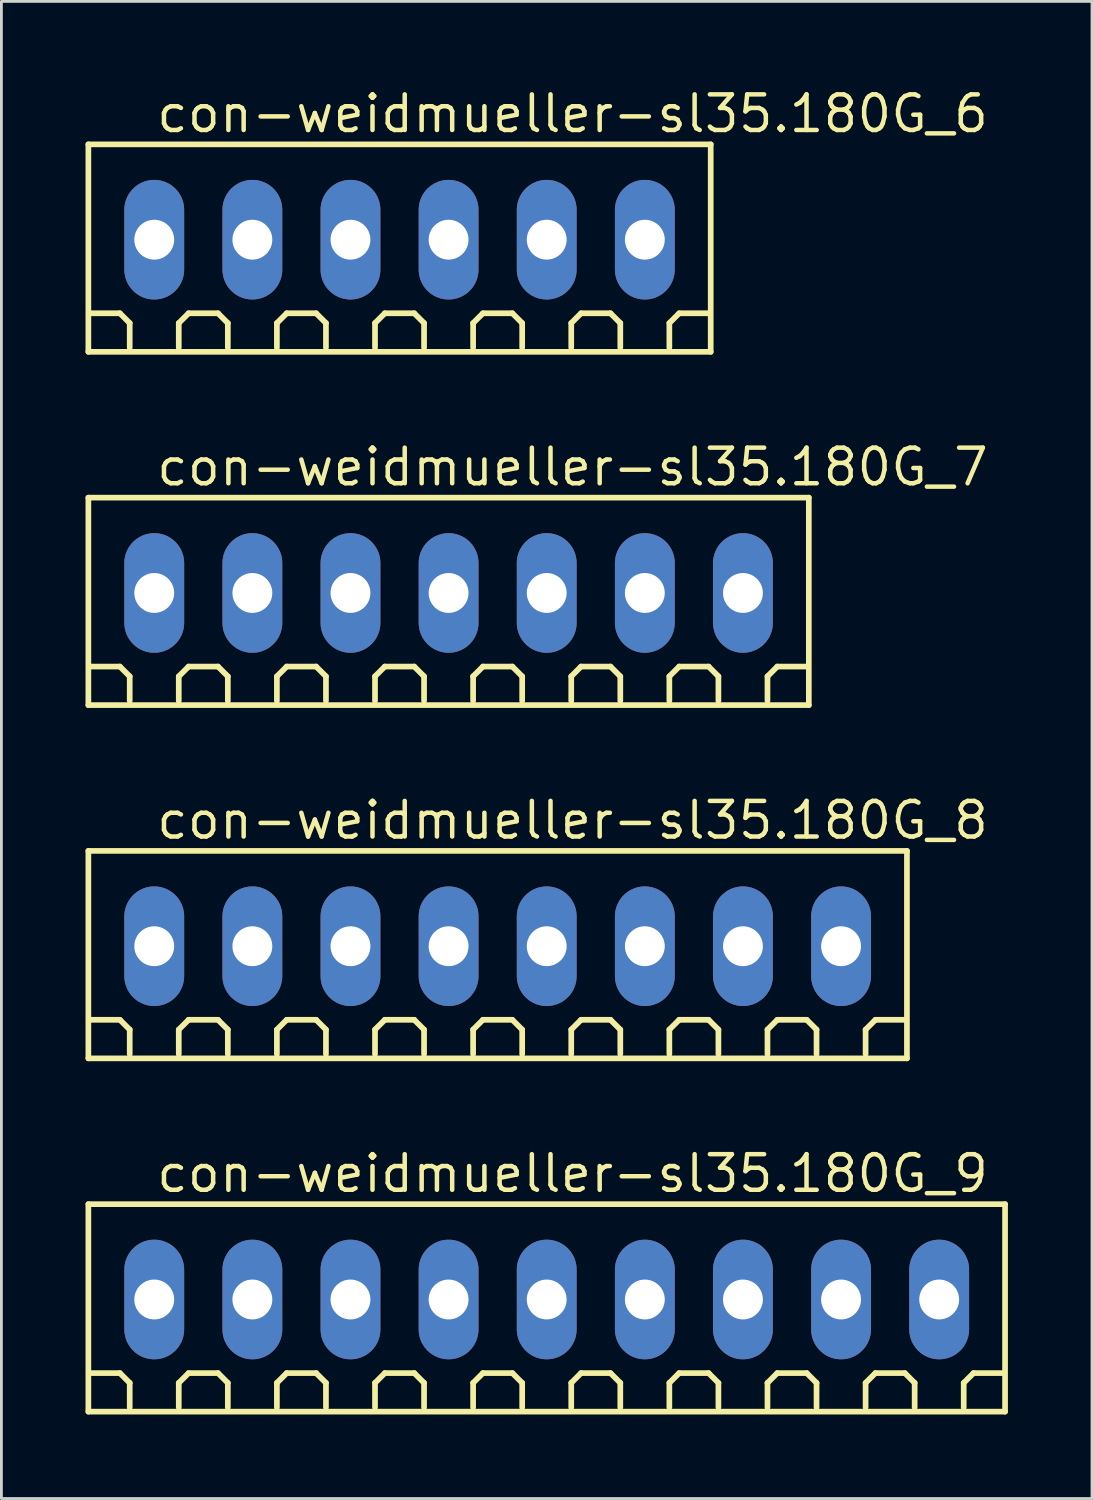
<source format=kicad_pcb>
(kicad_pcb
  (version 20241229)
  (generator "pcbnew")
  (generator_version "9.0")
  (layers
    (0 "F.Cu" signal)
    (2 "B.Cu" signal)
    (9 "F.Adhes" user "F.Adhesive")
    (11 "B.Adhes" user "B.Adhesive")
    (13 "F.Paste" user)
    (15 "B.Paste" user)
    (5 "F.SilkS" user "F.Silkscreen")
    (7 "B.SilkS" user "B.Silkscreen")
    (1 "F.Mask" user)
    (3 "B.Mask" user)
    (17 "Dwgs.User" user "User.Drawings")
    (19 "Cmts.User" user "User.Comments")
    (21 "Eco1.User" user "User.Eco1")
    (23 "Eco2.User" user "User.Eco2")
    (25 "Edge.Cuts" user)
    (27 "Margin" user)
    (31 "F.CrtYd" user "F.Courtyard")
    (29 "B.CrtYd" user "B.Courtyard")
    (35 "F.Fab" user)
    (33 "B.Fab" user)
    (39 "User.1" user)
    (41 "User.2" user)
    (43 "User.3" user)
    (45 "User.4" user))
  (footprint "con-weidmueller-sl35.180G_9"
    (layer "F.Cu")
    (at 16.452 43.305)
    (property "Reference" "con-weidmueller-sl35.180G_9" (at -14 -3.75 0) (layer "F.SilkS") (effects (font (size 1.27 1.27) (thickness 0.16)) (justify left bottom)))
    (attr through_hole)
    (fp_line (start -16.35 -3.4) (end 16.35 -3.4) (stroke (width 0.203) (type default)) (layer "F.SilkS"))
    (fp_line (start -16.35 4) (end -16.35 -3.4) (stroke (width 0.203) (type default)) (layer "F.SilkS"))
    (fp_line (start -15.225 2.625) (end -16.275 2.625) (stroke (width 0.203) (type default)) (layer "F.SilkS"))
    (fp_line (start -14.875 2.975) (end -15.225 2.625) (stroke (width 0.203) (type default)) (layer "F.SilkS"))
    (fp_line (start -14.875 3.85) (end -14.875 2.975) (stroke (width 0.203) (type default)) (layer "F.SilkS"))
    (fp_line (start -13.125 2.975) (end -12.775 2.625) (stroke (width 0.203) (type default)) (layer "F.SilkS"))
    (fp_line (start -13.125 3.85) (end -13.125 2.975) (stroke (width 0.203) (type default)) (layer "F.SilkS"))
    (fp_line (start -12.775 2.625) (end -11.725 2.625) (stroke (width 0.203) (type default)) (layer "F.SilkS"))
    (fp_line (start -11.725 2.625) (end -11.375 2.975) (stroke (width 0.203) (type default)) (layer "F.SilkS"))
    (fp_line (start -11.375 2.975) (end -11.375 3.85) (stroke (width 0.203) (type default)) (layer "F.SilkS"))
    (fp_line (start -9.625 2.975) (end -9.275 2.625) (stroke (width 0.203) (type default)) (layer "F.SilkS"))
    (fp_line (start -9.625 3.85) (end -9.625 2.975) (stroke (width 0.203) (type default)) (layer "F.SilkS"))
    (fp_line (start -9.275 2.625) (end -8.225 2.625) (stroke (width 0.203) (type default)) (layer "F.SilkS"))
    (fp_line (start -8.225 2.625) (end -7.875 2.975) (stroke (width 0.203) (type default)) (layer "F.SilkS"))
    (fp_line (start -7.875 2.975) (end -7.875 3.85) (stroke (width 0.203) (type default)) (layer "F.SilkS"))
    (fp_line (start -6.125 2.975) (end -5.775 2.625) (stroke (width 0.203) (type default)) (layer "F.SilkS"))
    (fp_line (start -6.125 3.85) (end -6.125 2.975) (stroke (width 0.203) (type default)) (layer "F.SilkS"))
    (fp_line (start -5.775 2.625) (end -4.725 2.625) (stroke (width 0.203) (type default)) (layer "F.SilkS"))
    (fp_line (start -4.725 2.625) (end -4.375 2.975) (stroke (width 0.203) (type default)) (layer "F.SilkS"))
    (fp_line (start -4.375 2.975) (end -4.375 3.85) (stroke (width 0.203) (type default)) (layer "F.SilkS"))
    (fp_line (start -2.625 2.975) (end -2.275 2.625) (stroke (width 0.203) (type default)) (layer "F.SilkS"))
    (fp_line (start -2.625 3.85) (end -2.625 2.975) (stroke (width 0.203) (type default)) (layer "F.SilkS"))
    (fp_line (start -2.275 2.625) (end -1.225 2.625) (stroke (width 0.203) (type default)) (layer "F.SilkS"))
    (fp_line (start -1.225 2.625) (end -0.875 2.975) (stroke (width 0.203) (type default)) (layer "F.SilkS"))
    (fp_line (start -0.875 2.975) (end -0.875 3.85) (stroke (width 0.203) (type default)) (layer "F.SilkS"))
    (fp_line (start 0.875 2.975) (end 1.225 2.625) (stroke (width 0.203) (type default)) (layer "F.SilkS"))
    (fp_line (start 0.875 3.85) (end 0.875 2.975) (stroke (width 0.203) (type default)) (layer "F.SilkS"))
    (fp_line (start 1.225 2.625) (end 2.275 2.625) (stroke (width 0.203) (type default)) (layer "F.SilkS"))
    (fp_line (start 2.275 2.625) (end 2.625 2.975) (stroke (width 0.203) (type default)) (layer "F.SilkS"))
    (fp_line (start 2.625 2.975) (end 2.625 3.85) (stroke (width 0.203) (type default)) (layer "F.SilkS"))
    (fp_line (start 4.375 2.975) (end 4.725 2.625) (stroke (width 0.203) (type default)) (layer "F.SilkS"))
    (fp_line (start 4.375 3.85) (end 4.375 2.975) (stroke (width 0.203) (type default)) (layer "F.SilkS"))
    (fp_line (start 4.725 2.625) (end 5.775 2.625) (stroke (width 0.203) (type default)) (layer "F.SilkS"))
    (fp_line (start 5.775 2.625) (end 6.125 2.975) (stroke (width 0.203) (type default)) (layer "F.SilkS"))
    (fp_line (start 6.125 2.975) (end 6.125 3.85) (stroke (width 0.203) (type default)) (layer "F.SilkS"))
    (fp_line (start 7.875 2.975) (end 8.225 2.625) (stroke (width 0.203) (type default)) (layer "F.SilkS"))
    (fp_line (start 7.875 3.85) (end 7.875 2.975) (stroke (width 0.203) (type default)) (layer "F.SilkS"))
    (fp_line (start 8.225 2.625) (end 9.275 2.625) (stroke (width 0.203) (type default)) (layer "F.SilkS"))
    (fp_line (start 9.275 2.625) (end 9.625 2.975) (stroke (width 0.203) (type default)) (layer "F.SilkS"))
    (fp_line (start 9.625 2.975) (end 9.625 3.85) (stroke (width 0.203) (type default)) (layer "F.SilkS"))
    (fp_line (start 11.375 2.975) (end 11.725 2.625) (stroke (width 0.203) (type default)) (layer "F.SilkS"))
    (fp_line (start 11.375 3.85) (end 11.375 2.975) (stroke (width 0.203) (type default)) (layer "F.SilkS"))
    (fp_line (start 11.725 2.625) (end 12.775 2.625) (stroke (width 0.203) (type default)) (layer "F.SilkS"))
    (fp_line (start 12.775 2.625) (end 13.125 2.975) (stroke (width 0.203) (type default)) (layer "F.SilkS"))
    (fp_line (start 13.125 2.975) (end 13.125 3.85) (stroke (width 0.203) (type default)) (layer "F.SilkS"))
    (fp_line (start 14.875 2.975) (end 15.225 2.625) (stroke (width 0.203) (type default)) (layer "F.SilkS"))
    (fp_line (start 14.875 3.85) (end 14.875 2.975) (stroke (width 0.203) (type default)) (layer "F.SilkS"))
    (fp_line (start 16.275 2.625) (end 15.225 2.625) (stroke (width 0.203) (type default)) (layer "F.SilkS"))
    (fp_line (start 16.35 -3.4) (end 16.35 4) (stroke (width 0.203) (type default)) (layer "F.SilkS"))
    (fp_line (start 16.35 4) (end -16.35 4) (stroke (width 0.203) (type default)) (layer "F.SilkS"))
    (pad "1" thru_hole oval (at -14 0 90) (size 4.267 2.134) (drill 1.422) (layers "*.Cu" "*.Mask"))
    (pad "2" thru_hole oval (at -10.5 0 90) (size 4.267 2.134) (drill 1.422) (layers "*.Cu" "*.Mask"))
    (pad "3" thru_hole oval (at -7 0 90) (size 4.267 2.134) (drill 1.422) (layers "*.Cu" "*.Mask"))
    (pad "4" thru_hole oval (at -3.5 0 90) (size 4.267 2.134) (drill 1.422) (layers "*.Cu" "*.Mask"))
    (pad "5" thru_hole oval (at 0 0 90) (size 4.267 2.134) (drill 1.422) (layers "*.Cu" "*.Mask"))
    (pad "6" thru_hole oval (at 3.5 0 90) (size 4.267 2.134) (drill 1.422) (layers "*.Cu" "*.Mask"))
    (pad "7" thru_hole oval (at 7 0 90) (size 4.267 2.134) (drill 1.422) (layers "*.Cu" "*.Mask"))
    (pad "8" thru_hole oval (at 10.5 0 90) (size 4.267 2.134) (drill 1.422) (layers "*.Cu" "*.Mask"))
    (pad "9" thru_hole oval (at 14 0 90) (size 4.267 2.134) (drill 1.422) (layers "*.Cu" "*.Mask")))
  (footprint "con-weidmueller-sl35.180G_8"
    (layer "F.Cu")
    (at 14.702 30.703)
    (property "Reference" "con-weidmueller-sl35.180G_8" (at -12.25 -3.75 0) (layer "F.SilkS") (effects (font (size 1.27 1.27) (thickness 0.16)) (justify left bottom)))
    (attr through_hole)
    (fp_line (start -14.6 -3.4) (end 14.6 -3.4) (stroke (width 0.203) (type default)) (layer "F.SilkS"))
    (fp_line (start -14.6 4) (end -14.6 -3.4) (stroke (width 0.203) (type default)) (layer "F.SilkS"))
    (fp_line (start -13.475 2.625) (end -14.525 2.625) (stroke (width 0.203) (type default)) (layer "F.SilkS"))
    (fp_line (start -13.125 2.975) (end -13.475 2.625) (stroke (width 0.203) (type default)) (layer "F.SilkS"))
    (fp_line (start -13.125 3.85) (end -13.125 2.975) (stroke (width 0.203) (type default)) (layer "F.SilkS"))
    (fp_line (start -11.375 2.975) (end -11.025 2.625) (stroke (width 0.203) (type default)) (layer "F.SilkS"))
    (fp_line (start -11.375 3.85) (end -11.375 2.975) (stroke (width 0.203) (type default)) (layer "F.SilkS"))
    (fp_line (start -11.025 2.625) (end -9.975 2.625) (stroke (width 0.203) (type default)) (layer "F.SilkS"))
    (fp_line (start -9.975 2.625) (end -9.625 2.975) (stroke (width 0.203) (type default)) (layer "F.SilkS"))
    (fp_line (start -9.625 2.975) (end -9.625 3.85) (stroke (width 0.203) (type default)) (layer "F.SilkS"))
    (fp_line (start -7.875 2.975) (end -7.525 2.625) (stroke (width 0.203) (type default)) (layer "F.SilkS"))
    (fp_line (start -7.875 3.85) (end -7.875 2.975) (stroke (width 0.203) (type default)) (layer "F.SilkS"))
    (fp_line (start -7.525 2.625) (end -6.475 2.625) (stroke (width 0.203) (type default)) (layer "F.SilkS"))
    (fp_line (start -6.475 2.625) (end -6.125 2.975) (stroke (width 0.203) (type default)) (layer "F.SilkS"))
    (fp_line (start -6.125 2.975) (end -6.125 3.85) (stroke (width 0.203) (type default)) (layer "F.SilkS"))
    (fp_line (start -4.375 2.975) (end -4.025 2.625) (stroke (width 0.203) (type default)) (layer "F.SilkS"))
    (fp_line (start -4.375 3.85) (end -4.375 2.975) (stroke (width 0.203) (type default)) (layer "F.SilkS"))
    (fp_line (start -4.025 2.625) (end -2.975 2.625) (stroke (width 0.203) (type default)) (layer "F.SilkS"))
    (fp_line (start -2.975 2.625) (end -2.625 2.975) (stroke (width 0.203) (type default)) (layer "F.SilkS"))
    (fp_line (start -2.625 2.975) (end -2.625 3.85) (stroke (width 0.203) (type default)) (layer "F.SilkS"))
    (fp_line (start -0.875 2.975) (end -0.525 2.625) (stroke (width 0.203) (type default)) (layer "F.SilkS"))
    (fp_line (start -0.875 3.85) (end -0.875 2.975) (stroke (width 0.203) (type default)) (layer "F.SilkS"))
    (fp_line (start -0.525 2.625) (end 0.525 2.625) (stroke (width 0.203) (type default)) (layer "F.SilkS"))
    (fp_line (start 0.525 2.625) (end 0.875 2.975) (stroke (width 0.203) (type default)) (layer "F.SilkS"))
    (fp_line (start 0.875 2.975) (end 0.875 3.85) (stroke (width 0.203) (type default)) (layer "F.SilkS"))
    (fp_line (start 2.625 2.975) (end 2.975 2.625) (stroke (width 0.203) (type default)) (layer "F.SilkS"))
    (fp_line (start 2.625 3.85) (end 2.625 2.975) (stroke (width 0.203) (type default)) (layer "F.SilkS"))
    (fp_line (start 2.975 2.625) (end 4.025 2.625) (stroke (width 0.203) (type default)) (layer "F.SilkS"))
    (fp_line (start 4.025 2.625) (end 4.375 2.975) (stroke (width 0.203) (type default)) (layer "F.SilkS"))
    (fp_line (start 4.375 2.975) (end 4.375 3.85) (stroke (width 0.203) (type default)) (layer "F.SilkS"))
    (fp_line (start 6.125 2.975) (end 6.475 2.625) (stroke (width 0.203) (type default)) (layer "F.SilkS"))
    (fp_line (start 6.125 3.85) (end 6.125 2.975) (stroke (width 0.203) (type default)) (layer "F.SilkS"))
    (fp_line (start 6.475 2.625) (end 7.525 2.625) (stroke (width 0.203) (type default)) (layer "F.SilkS"))
    (fp_line (start 7.525 2.625) (end 7.875 2.975) (stroke (width 0.203) (type default)) (layer "F.SilkS"))
    (fp_line (start 7.875 2.975) (end 7.875 3.85) (stroke (width 0.203) (type default)) (layer "F.SilkS"))
    (fp_line (start 9.625 2.975) (end 9.975 2.625) (stroke (width 0.203) (type default)) (layer "F.SilkS"))
    (fp_line (start 9.625 3.85) (end 9.625 2.975) (stroke (width 0.203) (type default)) (layer "F.SilkS"))
    (fp_line (start 9.975 2.625) (end 11.025 2.625) (stroke (width 0.203) (type default)) (layer "F.SilkS"))
    (fp_line (start 11.025 2.625) (end 11.375 2.975) (stroke (width 0.203) (type default)) (layer "F.SilkS"))
    (fp_line (start 11.375 2.975) (end 11.375 3.85) (stroke (width 0.203) (type default)) (layer "F.SilkS"))
    (fp_line (start 13.125 2.975) (end 13.475 2.625) (stroke (width 0.203) (type default)) (layer "F.SilkS"))
    (fp_line (start 13.125 3.85) (end 13.125 2.975) (stroke (width 0.203) (type default)) (layer "F.SilkS"))
    (fp_line (start 14.525 2.625) (end 13.475 2.625) (stroke (width 0.203) (type default)) (layer "F.SilkS"))
    (fp_line (start 14.6 -3.4) (end 14.6 4) (stroke (width 0.203) (type default)) (layer "F.SilkS"))
    (fp_line (start 14.6 4) (end -14.6 4) (stroke (width 0.203) (type default)) (layer "F.SilkS"))
    (pad "1" thru_hole oval (at -12.25 0 90) (size 4.267 2.134) (drill 1.422) (layers "*.Cu" "*.Mask"))
    (pad "2" thru_hole oval (at -8.75 0 90) (size 4.267 2.134) (drill 1.422) (layers "*.Cu" "*.Mask"))
    (pad "3" thru_hole oval (at -5.25 0 90) (size 4.267 2.134) (drill 1.422) (layers "*.Cu" "*.Mask"))
    (pad "4" thru_hole oval (at -1.75 0 90) (size 4.267 2.134) (drill 1.422) (layers "*.Cu" "*.Mask"))
    (pad "5" thru_hole oval (at 1.75 0 90) (size 4.267 2.134) (drill 1.422) (layers "*.Cu" "*.Mask"))
    (pad "6" thru_hole oval (at 5.25 0 90) (size 4.267 2.134) (drill 1.422) (layers "*.Cu" "*.Mask"))
    (pad "7" thru_hole oval (at 8.75 0 90) (size 4.267 2.134) (drill 1.422) (layers "*.Cu" "*.Mask"))
    (pad "8" thru_hole oval (at 12.25 0 90) (size 4.267 2.134) (drill 1.422) (layers "*.Cu" "*.Mask")))
  (footprint "con-weidmueller-sl35.180G_7"
    (layer "F.Cu")
    (at 12.952 18.102)
    (property "Reference" "con-weidmueller-sl35.180G_7" (at -10.5 -3.75 0) (layer "F.SilkS") (effects (font (size 1.27 1.27) (thickness 0.16)) (justify left bottom)))
    (attr through_hole)
    (fp_line (start -12.85 -3.4) (end 12.85 -3.4) (stroke (width 0.203) (type default)) (layer "F.SilkS"))
    (fp_line (start -12.85 4) (end -12.85 -3.4) (stroke (width 0.203) (type default)) (layer "F.SilkS"))
    (fp_line (start -11.725 2.625) (end -12.775 2.625) (stroke (width 0.203) (type default)) (layer "F.SilkS"))
    (fp_line (start -11.375 2.975) (end -11.725 2.625) (stroke (width 0.203) (type default)) (layer "F.SilkS"))
    (fp_line (start -11.375 3.85) (end -11.375 2.975) (stroke (width 0.203) (type default)) (layer "F.SilkS"))
    (fp_line (start -9.625 2.975) (end -9.275 2.625) (stroke (width 0.203) (type default)) (layer "F.SilkS"))
    (fp_line (start -9.625 3.85) (end -9.625 2.975) (stroke (width 0.203) (type default)) (layer "F.SilkS"))
    (fp_line (start -9.275 2.625) (end -8.225 2.625) (stroke (width 0.203) (type default)) (layer "F.SilkS"))
    (fp_line (start -8.225 2.625) (end -7.875 2.975) (stroke (width 0.203) (type default)) (layer "F.SilkS"))
    (fp_line (start -7.875 2.975) (end -7.875 3.85) (stroke (width 0.203) (type default)) (layer "F.SilkS"))
    (fp_line (start -6.125 2.975) (end -5.775 2.625) (stroke (width 0.203) (type default)) (layer "F.SilkS"))
    (fp_line (start -6.125 3.85) (end -6.125 2.975) (stroke (width 0.203) (type default)) (layer "F.SilkS"))
    (fp_line (start -5.775 2.625) (end -4.725 2.625) (stroke (width 0.203) (type default)) (layer "F.SilkS"))
    (fp_line (start -4.725 2.625) (end -4.375 2.975) (stroke (width 0.203) (type default)) (layer "F.SilkS"))
    (fp_line (start -4.375 2.975) (end -4.375 3.85) (stroke (width 0.203) (type default)) (layer "F.SilkS"))
    (fp_line (start -2.625 2.975) (end -2.275 2.625) (stroke (width 0.203) (type default)) (layer "F.SilkS"))
    (fp_line (start -2.625 3.85) (end -2.625 2.975) (stroke (width 0.203) (type default)) (layer "F.SilkS"))
    (fp_line (start -2.275 2.625) (end -1.225 2.625) (stroke (width 0.203) (type default)) (layer "F.SilkS"))
    (fp_line (start -1.225 2.625) (end -0.875 2.975) (stroke (width 0.203) (type default)) (layer "F.SilkS"))
    (fp_line (start -0.875 2.975) (end -0.875 3.85) (stroke (width 0.203) (type default)) (layer "F.SilkS"))
    (fp_line (start 0.875 2.975) (end 1.225 2.625) (stroke (width 0.203) (type default)) (layer "F.SilkS"))
    (fp_line (start 0.875 3.85) (end 0.875 2.975) (stroke (width 0.203) (type default)) (layer "F.SilkS"))
    (fp_line (start 1.225 2.625) (end 2.275 2.625) (stroke (width 0.203) (type default)) (layer "F.SilkS"))
    (fp_line (start 2.275 2.625) (end 2.625 2.975) (stroke (width 0.203) (type default)) (layer "F.SilkS"))
    (fp_line (start 2.625 2.975) (end 2.625 3.85) (stroke (width 0.203) (type default)) (layer "F.SilkS"))
    (fp_line (start 4.375 2.975) (end 4.725 2.625) (stroke (width 0.203) (type default)) (layer "F.SilkS"))
    (fp_line (start 4.375 3.85) (end 4.375 2.975) (stroke (width 0.203) (type default)) (layer "F.SilkS"))
    (fp_line (start 4.725 2.625) (end 5.775 2.625) (stroke (width 0.203) (type default)) (layer "F.SilkS"))
    (fp_line (start 5.775 2.625) (end 6.125 2.975) (stroke (width 0.203) (type default)) (layer "F.SilkS"))
    (fp_line (start 6.125 2.975) (end 6.125 3.85) (stroke (width 0.203) (type default)) (layer "F.SilkS"))
    (fp_line (start 7.875 2.975) (end 8.225 2.625) (stroke (width 0.203) (type default)) (layer "F.SilkS"))
    (fp_line (start 7.875 3.85) (end 7.875 2.975) (stroke (width 0.203) (type default)) (layer "F.SilkS"))
    (fp_line (start 8.225 2.625) (end 9.275 2.625) (stroke (width 0.203) (type default)) (layer "F.SilkS"))
    (fp_line (start 9.275 2.625) (end 9.625 2.975) (stroke (width 0.203) (type default)) (layer "F.SilkS"))
    (fp_line (start 9.625 2.975) (end 9.625 3.85) (stroke (width 0.203) (type default)) (layer "F.SilkS"))
    (fp_line (start 11.375 2.975) (end 11.725 2.625) (stroke (width 0.203) (type default)) (layer "F.SilkS"))
    (fp_line (start 11.375 3.85) (end 11.375 2.975) (stroke (width 0.203) (type default)) (layer "F.SilkS"))
    (fp_line (start 11.725 2.625) (end 12.775 2.625) (stroke (width 0.203) (type default)) (layer "F.SilkS"))
    (fp_line (start 12.85 -3.4) (end 12.85 4) (stroke (width 0.203) (type default)) (layer "F.SilkS"))
    (fp_line (start 12.85 4) (end -12.85 4) (stroke (width 0.203) (type default)) (layer "F.SilkS"))
    (pad "1" thru_hole oval (at -10.5 0 90) (size 4.267 2.134) (drill 1.422) (layers "*.Cu" "*.Mask"))
    (pad "2" thru_hole oval (at -7 0 90) (size 4.267 2.134) (drill 1.422) (layers "*.Cu" "*.Mask"))
    (pad "3" thru_hole oval (at -3.5 0 90) (size 4.267 2.134) (drill 1.422) (layers "*.Cu" "*.Mask"))
    (pad "4" thru_hole oval (at 0 0 90) (size 4.267 2.134) (drill 1.422) (layers "*.Cu" "*.Mask"))
    (pad "5" thru_hole oval (at 3.5 0 90) (size 4.267 2.134) (drill 1.422) (layers "*.Cu" "*.Mask"))
    (pad "6" thru_hole oval (at 7 0 90) (size 4.267 2.134) (drill 1.422) (layers "*.Cu" "*.Mask"))
    (pad "7" thru_hole oval (at 10.5 0 90) (size 4.267 2.134) (drill 1.422) (layers "*.Cu" "*.Mask")))
  (footprint "con-weidmueller-sl35.180G_6"
    (layer "F.Cu")
    (at 11.202 5.5)
    (property "Reference" "con-weidmueller-sl35.180G_6" (at -8.75 -3.75 0) (layer "F.SilkS") (effects (font (size 1.27 1.27) (thickness 0.16)) (justify left bottom)))
    (attr through_hole)
    (fp_line (start -11.1 -3.4) (end 11.1 -3.4) (stroke (width 0.203) (type default)) (layer "F.SilkS"))
    (fp_line (start -11.1 4) (end -11.1 -3.4) (stroke (width 0.203) (type default)) (layer "F.SilkS"))
    (fp_line (start -9.975 2.625) (end -11.025 2.625) (stroke (width 0.203) (type default)) (layer "F.SilkS"))
    (fp_line (start -9.625 2.975) (end -9.975 2.625) (stroke (width 0.203) (type default)) (layer "F.SilkS"))
    (fp_line (start -9.625 3.85) (end -9.625 2.975) (stroke (width 0.203) (type default)) (layer "F.SilkS"))
    (fp_line (start -7.875 2.975) (end -7.525 2.625) (stroke (width 0.203) (type default)) (layer "F.SilkS"))
    (fp_line (start -7.875 3.85) (end -7.875 2.975) (stroke (width 0.203) (type default)) (layer "F.SilkS"))
    (fp_line (start -7.525 2.625) (end -6.475 2.625) (stroke (width 0.203) (type default)) (layer "F.SilkS"))
    (fp_line (start -6.475 2.625) (end -6.125 2.975) (stroke (width 0.203) (type default)) (layer "F.SilkS"))
    (fp_line (start -6.125 2.975) (end -6.125 3.85) (stroke (width 0.203) (type default)) (layer "F.SilkS"))
    (fp_line (start -4.375 2.975) (end -4.025 2.625) (stroke (width 0.203) (type default)) (layer "F.SilkS"))
    (fp_line (start -4.375 3.85) (end -4.375 2.975) (stroke (width 0.203) (type default)) (layer "F.SilkS"))
    (fp_line (start -4.025 2.625) (end -2.975 2.625) (stroke (width 0.203) (type default)) (layer "F.SilkS"))
    (fp_line (start -2.975 2.625) (end -2.625 2.975) (stroke (width 0.203) (type default)) (layer "F.SilkS"))
    (fp_line (start -2.625 2.975) (end -2.625 3.85) (stroke (width 0.203) (type default)) (layer "F.SilkS"))
    (fp_line (start -0.875 2.975) (end -0.525 2.625) (stroke (width 0.203) (type default)) (layer "F.SilkS"))
    (fp_line (start -0.875 3.85) (end -0.875 2.975) (stroke (width 0.203) (type default)) (layer "F.SilkS"))
    (fp_line (start -0.525 2.625) (end 0.525 2.625) (stroke (width 0.203) (type default)) (layer "F.SilkS"))
    (fp_line (start 0.525 2.625) (end 0.875 2.975) (stroke (width 0.203) (type default)) (layer "F.SilkS"))
    (fp_line (start 0.875 2.975) (end 0.875 3.85) (stroke (width 0.203) (type default)) (layer "F.SilkS"))
    (fp_line (start 2.625 2.975) (end 2.975 2.625) (stroke (width 0.203) (type default)) (layer "F.SilkS"))
    (fp_line (start 2.625 3.85) (end 2.625 2.975) (stroke (width 0.203) (type default)) (layer "F.SilkS"))
    (fp_line (start 2.975 2.625) (end 4.025 2.625) (stroke (width 0.203) (type default)) (layer "F.SilkS"))
    (fp_line (start 4.025 2.625) (end 4.375 2.975) (stroke (width 0.203) (type default)) (layer "F.SilkS"))
    (fp_line (start 4.375 2.975) (end 4.375 3.85) (stroke (width 0.203) (type default)) (layer "F.SilkS"))
    (fp_line (start 6.125 2.975) (end 6.475 2.625) (stroke (width 0.203) (type default)) (layer "F.SilkS"))
    (fp_line (start 6.125 3.85) (end 6.125 2.975) (stroke (width 0.203) (type default)) (layer "F.SilkS"))
    (fp_line (start 6.475 2.625) (end 7.525 2.625) (stroke (width 0.203) (type default)) (layer "F.SilkS"))
    (fp_line (start 7.525 2.625) (end 7.875 2.975) (stroke (width 0.203) (type default)) (layer "F.SilkS"))
    (fp_line (start 7.875 2.975) (end 7.875 3.85) (stroke (width 0.203) (type default)) (layer "F.SilkS"))
    (fp_line (start 9.625 2.975) (end 9.975 2.625) (stroke (width 0.203) (type default)) (layer "F.SilkS"))
    (fp_line (start 9.625 3.85) (end 9.625 2.975) (stroke (width 0.203) (type default)) (layer "F.SilkS"))
    (fp_line (start 9.975 2.625) (end 11.025 2.625) (stroke (width 0.203) (type default)) (layer "F.SilkS"))
    (fp_line (start 11.1 -3.4) (end 11.1 4) (stroke (width 0.203) (type default)) (layer "F.SilkS"))
    (fp_line (start 11.1 4) (end -11.1 4) (stroke (width 0.203) (type default)) (layer "F.SilkS"))
    (pad "1" thru_hole oval (at -8.75 0 90) (size 4.267 2.134) (drill 1.422) (layers "*.Cu" "*.Mask"))
    (pad "2" thru_hole oval (at -5.25 0 90) (size 4.267 2.134) (drill 1.422) (layers "*.Cu" "*.Mask"))
    (pad "3" thru_hole oval (at -1.75 0 90) (size 4.267 2.134) (drill 1.422) (layers "*.Cu" "*.Mask"))
    (pad "4" thru_hole oval (at 1.75 0 90) (size 4.267 2.134) (drill 1.422) (layers "*.Cu" "*.Mask"))
    (pad "5" thru_hole oval (at 5.25 0 90) (size 4.267 2.134) (drill 1.422) (layers "*.Cu" "*.Mask"))
    (pad "6" thru_hole oval (at 8.75 0 90) (size 4.267 2.134) (drill 1.422) (layers "*.Cu" "*.Mask")))
  (gr_rect
    (start -3 -3)
    (end 35.903 50.406)
    (stroke (width 0.1) (type default))
    (fill no)
    (layer "Edge.Cuts")))
</source>
